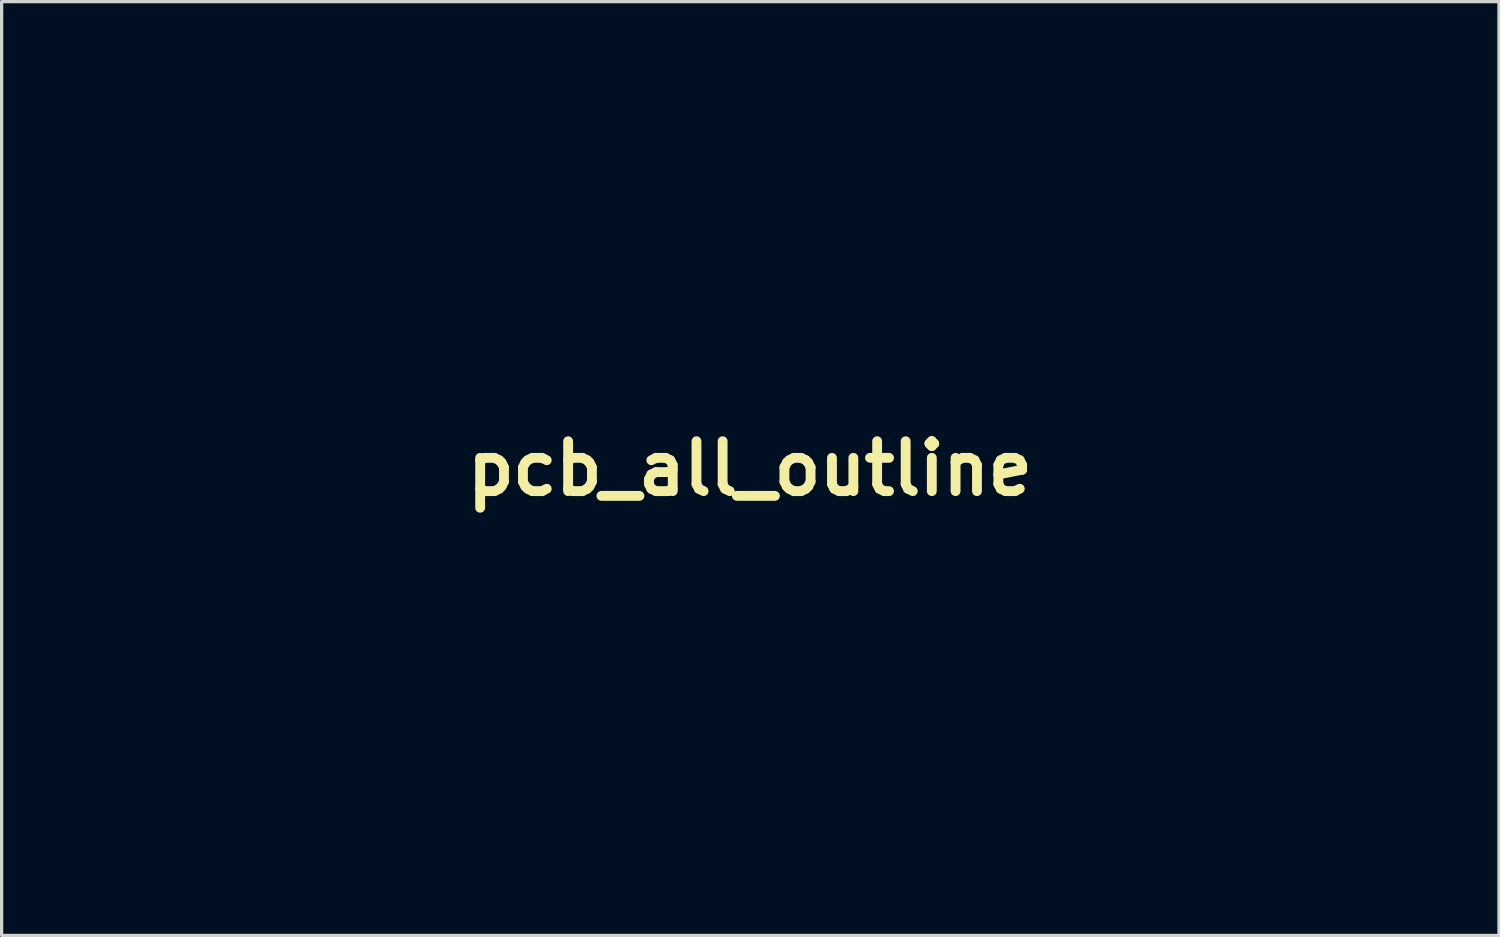
<source format=kicad_pcb>
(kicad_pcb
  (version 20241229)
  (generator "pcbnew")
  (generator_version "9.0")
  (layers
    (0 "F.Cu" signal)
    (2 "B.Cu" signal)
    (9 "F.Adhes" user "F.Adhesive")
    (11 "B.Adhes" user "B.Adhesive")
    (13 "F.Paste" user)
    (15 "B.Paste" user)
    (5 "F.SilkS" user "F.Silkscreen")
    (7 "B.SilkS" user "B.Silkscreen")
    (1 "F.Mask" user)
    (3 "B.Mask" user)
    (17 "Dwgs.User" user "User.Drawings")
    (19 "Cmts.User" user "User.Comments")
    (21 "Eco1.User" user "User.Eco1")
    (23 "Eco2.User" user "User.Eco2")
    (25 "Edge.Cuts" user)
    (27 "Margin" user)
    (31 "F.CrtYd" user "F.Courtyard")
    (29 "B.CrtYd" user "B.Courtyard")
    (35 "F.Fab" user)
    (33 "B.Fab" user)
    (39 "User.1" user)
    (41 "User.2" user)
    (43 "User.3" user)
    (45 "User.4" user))
  (footprint "pcb_all_outline"
    (layer "F.Cu")
    (at 19.847 11.255)
    (property "Reference" "pcb_all_outline" (at 0 0 0) (layer "F.SilkS") (effects (font (size 1.524 1.524) (thickness 0.3))))
    (attr through_hole)
    (fp_poly (pts (xy 19.665 -2.037) (xy 19.354 -2.037) (xy 19.36 0.059) (xy 19.366 2.155) (xy 19.556 2.15) (xy 19.651 2.15) (xy 19.735 2.153) (xy 19.795 2.158) (xy 19.805 2.16) (xy 19.864 2.175) (xy 19.864 9.29) (xy 18.884 10.27) (xy 17.904 11.25) (xy -19.842 11.25) (xy -19.842 6.222) (xy -18.279 6.222) (xy -18.273 6.284) (xy -18.259 6.358) (xy -18.258 6.364) (xy -18.242 6.448) (xy -18.23 6.519) (xy -18.225 6.563) (xy -18.225 6.565) (xy -18.214 6.6) (xy -18.186 6.663) (xy -18.145 6.744) (xy -18.097 6.833) (xy -18.048 6.921) (xy -18.002 6.998) (xy -17.965 7.053) (xy -17.946 7.075) (xy -17.917 7.099) (xy -17.864 7.143) (xy -17.796 7.199) (xy -17.762 7.227) (xy -17.634 7.322) (xy -17.5 7.394) (xy -17.412 7.43) (xy -17.321 7.463) (xy -17.248 7.485) (xy -17.177 7.497) (xy -17.093 7.503) (xy -16.981 7.505) (xy -16.963 7.505) (xy -16.848 7.505) (xy -16.763 7.501) (xy -16.693 7.491) (xy -16.623 7.472) (xy -16.538 7.442) (xy -16.502 7.429) (xy -16.289 7.331) (xy -16.11 7.207) (xy -15.957 7.054) (xy -15.826 6.865) (xy -15.825 6.863) (xy -15.766 6.759) (xy -15.726 6.676) (xy -15.698 6.596) (xy -15.675 6.502) (xy -15.657 6.411) (xy -15.641 6.313) (xy -15.628 6.232) (xy -15.622 6.177) (xy -15.622 6.158) (xy -15.629 6.132) (xy -15.641 6.072) (xy -15.656 5.99) (xy -15.665 5.944) (xy -15.685 5.841) (xy -15.71 5.756) (xy -15.745 5.673) (xy -15.798 5.575) (xy -15.821 5.535) (xy -15.952 5.342) (xy -16.103 5.186) (xy -16.28 5.062) (xy -16.489 4.963) (xy -16.509 4.955) (xy -16.617 4.917) (xy -16.7 4.892) (xy -16.776 4.879) (xy -16.862 4.873) (xy -16.942 4.872) (xy -17.069 4.875) (xy -17.17 4.887) (xy -17.266 4.91) (xy -17.308 4.924) (xy -17.424 4.966) (xy -17.528 5.006) (xy -17.612 5.043) (xy -17.67 5.072) (xy -17.693 5.091) (xy -17.694 5.092) (xy -17.71 5.112) (xy -17.752 5.152) (xy -17.813 5.205) (xy -17.835 5.222) (xy -17.919 5.297) (xy -17.989 5.379) (xy -18.058 5.481) (xy -18.091 5.536) (xy -18.148 5.639) (xy -18.187 5.725) (xy -18.215 5.812) (xy -18.239 5.917) (xy -18.249 5.971) (xy -18.267 6.08) (xy -18.278 6.159) (xy -18.279 6.222) (xy -19.842 6.222) (xy -19.842 3.477) (xy -11.161 3.477) (xy -11.161 6.186) (xy -11.161 6.529) (xy -11.16 6.859) (xy -11.16 7.174) (xy -11.159 7.472) (xy -11.158 7.749) (xy -11.157 8.004) (xy -11.156 8.232) (xy -11.155 8.432) (xy -11.153 8.601) (xy -11.151 8.735) (xy -11.15 8.833) (xy -11.148 8.892) (xy -11.146 8.909) (xy -11.123 8.911) (xy -11.058 8.912) (xy -10.951 8.913) (xy -10.806 8.914) (xy -10.624 8.915) (xy -10.407 8.916) (xy -10.157 8.917) (xy -9.875 8.917) (xy -9.563 8.918) (xy -9.223 8.918) (xy -8.858 8.919) (xy -8.468 8.919) (xy -8.056 8.919) (xy -7.623 8.919) (xy -7.171 8.92) (xy -6.703 8.919) (xy -6.22 8.919) (xy -5.723 8.919) (xy -5.25 8.919) (xy 0.631 8.913) (xy 0.634 7.73) (xy 13.818 7.73) (xy 13.837 7.809) (xy 13.887 7.892) (xy 13.959 7.965) (xy 14.04 8.015) (xy 14.13 8.032) (xy 14.235 8.021) (xy 14.336 7.983) (xy 14.371 7.962) (xy 14.432 7.904) (xy 14.485 7.828) (xy 14.52 7.75) (xy 14.523 7.731) (xy 14.771 7.731) (xy 14.779 7.766) (xy 14.803 7.815) (xy 14.815 7.839) (xy 14.886 7.934) (xy 14.983 8) (xy 15.096 8.031) (xy 15.154 8.032) (xy 15.233 8.017) (xy 15.302 7.99) (xy 15.32 7.979) (xy 15.385 7.918) (xy 15.439 7.844) (xy 15.473 7.773) (xy 15.479 7.736) (xy 15.479 7.73) (xy 15.745 7.73) (xy 15.764 7.809) (xy 15.814 7.891) (xy 15.884 7.964) (xy 15.965 8.013) (xy 15.966 8.014) (xy 16.081 8.036) (xy 16.204 8.015) (xy 16.209 8.014) (xy 16.277 7.98) (xy 16.333 7.939) (xy 16.375 7.888) (xy 16.415 7.82) (xy 16.444 7.751) (xy 16.448 7.731) (xy 16.698 7.731) (xy 16.706 7.766) (xy 16.729 7.815) (xy 16.741 7.839) (xy 16.801 7.918) (xy 16.887 7.985) (xy 16.982 8.027) (xy 17.05 8.038) (xy 17.117 8.028) (xy 17.196 8.004) (xy 17.222 7.992) (xy 17.303 7.935) (xy 17.366 7.855) (xy 17.401 7.768) (xy 17.406 7.73) (xy 17.671 7.73) (xy 17.69 7.809) (xy 17.741 7.892) (xy 17.812 7.965) (xy 17.893 8.015) (xy 17.983 8.032) (xy 18.088 8.021) (xy 18.189 7.983) (xy 18.224 7.962) (xy 18.285 7.904) (xy 18.338 7.828) (xy 18.373 7.75) (xy 18.38 7.706) (xy 18.359 7.698) (xy 18.297 7.691) (xy 18.201 7.686) (xy 18.073 7.684) (xy 18.026 7.684) (xy 17.893 7.684) (xy 17.799 7.686) (xy 17.736 7.689) (xy 17.698 7.695) (xy 17.679 7.704) (xy 17.672 7.717) (xy 17.671 7.73) (xy 17.406 7.73) (xy 17.406 7.729) (xy 17.404 7.713) (xy 17.394 7.7) (xy 17.37 7.692) (xy 17.324 7.688) (xy 17.252 7.685) (xy 17.146 7.684) (xy 17.051 7.684) (xy 16.912 7.684) (xy 16.811 7.687) (xy 16.745 7.694) (xy 16.709 7.708) (xy 16.698 7.731) (xy 16.448 7.731) (xy 16.454 7.707) (xy 16.432 7.698) (xy 16.368 7.69) (xy 16.263 7.686) (xy 16.12 7.684) (xy 16.099 7.684) (xy 15.967 7.684) (xy 15.872 7.686) (xy 15.809 7.689) (xy 15.771 7.695) (xy 15.752 7.704) (xy 15.746 7.717) (xy 15.745 7.73) (xy 15.479 7.73) (xy 15.479 7.684) (xy 15.125 7.684) (xy 14.985 7.684) (xy 14.885 7.687) (xy 14.819 7.694) (xy 14.783 7.708) (xy 14.771 7.731) (xy 14.523 7.731) (xy 14.527 7.706) (xy 14.506 7.698) (xy 14.444 7.691) (xy 14.347 7.686) (xy 14.22 7.684) (xy 14.173 7.684) (xy 14.04 7.684) (xy 13.946 7.686) (xy 13.883 7.689) (xy 13.845 7.695) (xy 13.826 7.704) (xy 13.819 7.717) (xy 13.818 7.73) (xy 0.634 7.73) (xy 0.637 6.206) (xy 6.744 6.206) (xy 6.745 6.225) (xy 6.752 6.252) (xy 6.763 6.311) (xy 6.778 6.394) (xy 6.786 6.44) (xy 6.804 6.54) (xy 6.826 6.621) (xy 6.858 6.698) (xy 6.905 6.788) (xy 6.941 6.851) (xy 7.083 7.053) (xy 7.248 7.219) (xy 7.439 7.349) (xy 7.611 7.428) (xy 7.701 7.461) (xy 7.774 7.483) (xy 7.845 7.496) (xy 7.928 7.502) (xy 8.038 7.505) (xy 8.064 7.505) (xy 8.179 7.505) (xy 8.264 7.502) (xy 8.333 7.492) (xy 8.4 7.475) (xy 8.481 7.446) (xy 8.527 7.429) (xy 8.669 7.366) (xy 8.802 7.289) (xy 8.938 7.187) (xy 9.048 7.092) (xy 9.083 7.052) (xy 9.131 6.983) (xy 9.185 6.899) (xy 9.215 6.85) (xy 9.272 6.745) (xy 9.311 6.656) (xy 9.34 6.563) (xy 9.365 6.447) (xy 9.368 6.43) (xy 9.385 6.334) (xy 9.385 6.33) (xy 12.49 6.33) (xy 12.499 6.426) (xy 12.526 6.502) (xy 12.528 6.506) (xy 12.585 6.576) (xy 12.656 6.637) (xy 12.725 6.677) (xy 12.761 6.686) (xy 12.766 6.666) (xy 12.771 6.608) (xy 12.775 6.522) (xy 12.777 6.412) (xy 12.778 6.332) (xy 12.778 5.976) (xy 12.728 5.992) (xy 12.65 6.032) (xy 12.573 6.098) (xy 12.525 6.16) (xy 12.499 6.235) (xy 12.49 6.33) (xy 9.385 6.33) (xy 9.395 6.256) (xy 9.397 6.186) (xy 9.392 6.112) (xy 9.379 6.021) (xy 9.357 5.903) (xy 9.347 5.85) (xy 9.32 5.765) (xy 9.273 5.656) (xy 9.209 5.537) (xy 9.204 5.529) (xy 9.07 5.335) (xy 8.915 5.179) (xy 8.733 5.054) (xy 8.519 4.956) (xy 8.513 4.954) (xy 8.404 4.915) (xy 8.32 4.891) (xy 8.243 4.878) (xy 8.157 4.873) (xy 8.078 4.872) (xy 7.972 4.874) (xy 7.887 4.882) (xy 7.807 4.898) (xy 7.713 4.928) (xy 7.65 4.95) (xy 7.53 4.996) (xy 7.438 5.037) (xy 7.363 5.081) (xy 7.29 5.135) (xy 7.252 5.166) (xy 7.155 5.251) (xy 7.083 5.323) (xy 7.024 5.397) (xy 6.965 5.487) (xy 6.934 5.542) (xy 6.879 5.642) (xy 6.841 5.728) (xy 6.813 5.816) (xy 6.789 5.924) (xy 6.779 5.973) (xy 6.763 6.071) (xy 6.75 6.152) (xy 6.744 6.206) (xy 0.637 6.206) (xy 0.637 6.195) (xy 0.642 3.477) (xy -11.161 3.477) (xy -19.842 3.477) (xy -19.842 -1.196) (xy -16.653 -1.196) (xy -16.653 0.688) (xy -15.867 0.675) (xy -15.861 -0.21) (xy -15.859 -0.406) (xy -15.859 -0.589) (xy -15.859 -0.755) (xy -15.86 -0.898) (xy -15.861 -1.013) (xy -15.863 -1.096) (xy -15.866 -1.141) (xy -15.866 -1.146) (xy -15.872 -1.164) (xy -15.883 -1.177) (xy -15.906 -1.186) (xy -15.947 -1.191) (xy -16.012 -1.194) (xy -16.107 -1.196) (xy -16.24 -1.196) (xy -16.266 -1.196) (xy -11.139 -1.196) (xy -11.139 0.686) (xy -10.364 0.686) (xy -10.364 -1.196) (xy -11.139 -1.196) (xy -16.266 -1.196) (xy -16.653 -1.196) (xy -19.842 -1.196) (xy -19.842 -1.898) (xy -19.041 -1.898) (xy -19.041 -1.732) (xy -19.04 -1.588) (xy -19.039 -1.472) (xy -19.038 -1.389) (xy -19.036 -1.343) (xy -19.035 -1.335) (xy -19.015 -1.324) (xy -18.964 -1.317) (xy -18.877 -1.312) (xy -18.751 -1.309) (xy -18.679 -1.309) (xy -18.558 -1.31) (xy -18.451 -1.312) (xy -18.367 -1.315) (xy -18.314 -1.319) (xy -18.301 -1.321) (xy -18.293 -1.33) (xy -18.287 -1.351) (xy -18.281 -1.389) (xy -18.277 -1.448) (xy -18.274 -1.531) (xy -18.272 -1.642) (xy -18.271 -1.784) (xy -18.27 -1.963) (xy -18.27 -1.992) (xy -12.937 -1.992) (xy -12.937 -1.802) (xy -12.936 -1.619) (xy -12.934 -1.449) (xy -12.934 -1.424) (xy -12.927 -1.359) (xy -12.907 -1.327) (xy -12.894 -1.321) (xy -12.859 -1.318) (xy -12.788 -1.315) (xy -12.691 -1.314) (xy -12.576 -1.314) (xy -12.512 -1.314) (xy -12.169 -1.318) (xy -12.169 -2.258) (xy -7.441 -2.258) (xy -7.44 -2.021) (xy -7.439 -1.824) (xy -7.438 -1.665) (xy -7.435 -1.541) (xy -7.432 -1.448) (xy -7.428 -1.383) (xy -7.422 -1.343) (xy -7.415 -1.324) (xy -7.413 -1.322) (xy -7.377 -1.317) (xy -7.306 -1.313) (xy -7.211 -1.31) (xy -7.103 -1.309) (xy -6.991 -1.309) (xy -6.886 -1.31) (xy -6.797 -1.313) (xy -6.735 -1.317) (xy -6.72 -1.319) (xy -6.643 -1.334) (xy -6.643 -3.183) (xy -6.713 -3.197) (xy -6.763 -3.203) (xy -6.844 -3.207) (xy -6.945 -3.21) (xy -7.057 -3.211) (xy -7.168 -3.21) (xy -7.268 -3.208) (xy -7.348 -3.205) (xy -7.398 -3.2) (xy -7.406 -3.198) (xy -7.414 -3.19) (xy -7.421 -3.174) (xy -7.427 -3.144) (xy -7.432 -3.096) (xy -7.435 -3.027) (xy -7.437 -2.934) (xy -7.439 -2.81) (xy -7.44 -2.654) (xy -7.441 -2.461) (xy -7.441 -2.258) (xy -12.169 -2.258) (xy -12.169 -3.2) (xy -12.532 -3.206) (xy -12.658 -3.207) (xy -12.766 -3.205) (xy -12.851 -3.202) (xy -12.903 -3.196) (xy -12.916 -3.192) (xy -12.92 -3.166) (xy -12.924 -3.102) (xy -12.927 -3.004) (xy -12.93 -2.877) (xy -12.933 -2.726) (xy -12.935 -2.557) (xy -12.936 -2.375) (xy -12.937 -2.185) (xy -12.937 -1.992) (xy -18.27 -1.992) (xy -18.269 -2.18) (xy -18.269 -2.261) (xy -18.269 -3.188) (xy -18.322 -3.201) (xy -18.362 -3.205) (xy -18.438 -3.208) (xy -18.538 -3.209) (xy -18.655 -3.208) (xy -18.704 -3.207) (xy -19.033 -3.2) (xy -19.039 -2.281) (xy -19.04 -2.083) (xy -19.041 -1.898) (xy -19.842 -1.898) (xy -19.842 -6.267) (xy 11.095 -6.267) (xy 11.095 4.163) (xy 12.29 4.163) (xy 12.29 3.167) (xy 12.291 2.92) (xy 12.291 2.715) (xy 12.293 2.548) (xy 12.295 2.416) (xy 12.298 2.316) (xy 12.302 2.244) (xy 12.307 2.197) (xy 12.313 2.173) (xy 12.318 2.167) (xy 12.397 2.162) (xy 12.517 2.156) (xy 12.65 2.152) (xy 12.822 2.148) (xy 12.822 -2.037) (xy 12.539 -2.037) (xy 12.527 -2.131) (xy 12.526 -2.164) (xy 12.525 -2.238) (xy 12.524 -2.352) (xy 12.523 -2.501) (xy 12.522 -2.685) (xy 12.521 -2.9) (xy 12.52 -3.144) (xy 12.519 -3.413) (xy 12.519 -3.707) (xy 12.518 -4.021) (xy 12.518 -4.354) (xy 12.517 -4.703) (xy 12.517 -5.064) (xy 12.517 -5.437) (xy 12.516 -5.818) (xy 12.516 -6.204) (xy 12.516 -6.593) (xy 12.516 -6.982) (xy 12.516 -7.37) (xy 12.516 -7.752) (xy 12.517 -8.127) (xy 12.517 -8.493) (xy 12.517 -8.845) (xy 12.518 -9.183) (xy 12.518 -9.503) (xy 12.519 -9.802) (xy 12.52 -10.079) (xy 12.521 -10.331) (xy 12.521 -10.554) (xy 12.522 -10.747) (xy 12.523 -10.907) (xy 12.524 -11.031) (xy 12.526 -11.116) (xy 12.527 -11.161) (xy 12.527 -11.166) (xy 12.539 -11.25) (xy 19.665 -11.25) (xy 19.665 -2.037)) (stroke (width 0.01) (type solid)) (fill no) (layer "Eco1.User")))
  (gr_rect
    (start -3 -3)
    (end 42.715 25.509)
    (stroke (width 0.1) (type default))
    (fill no)
    (layer "Edge.Cuts")))
</source>
